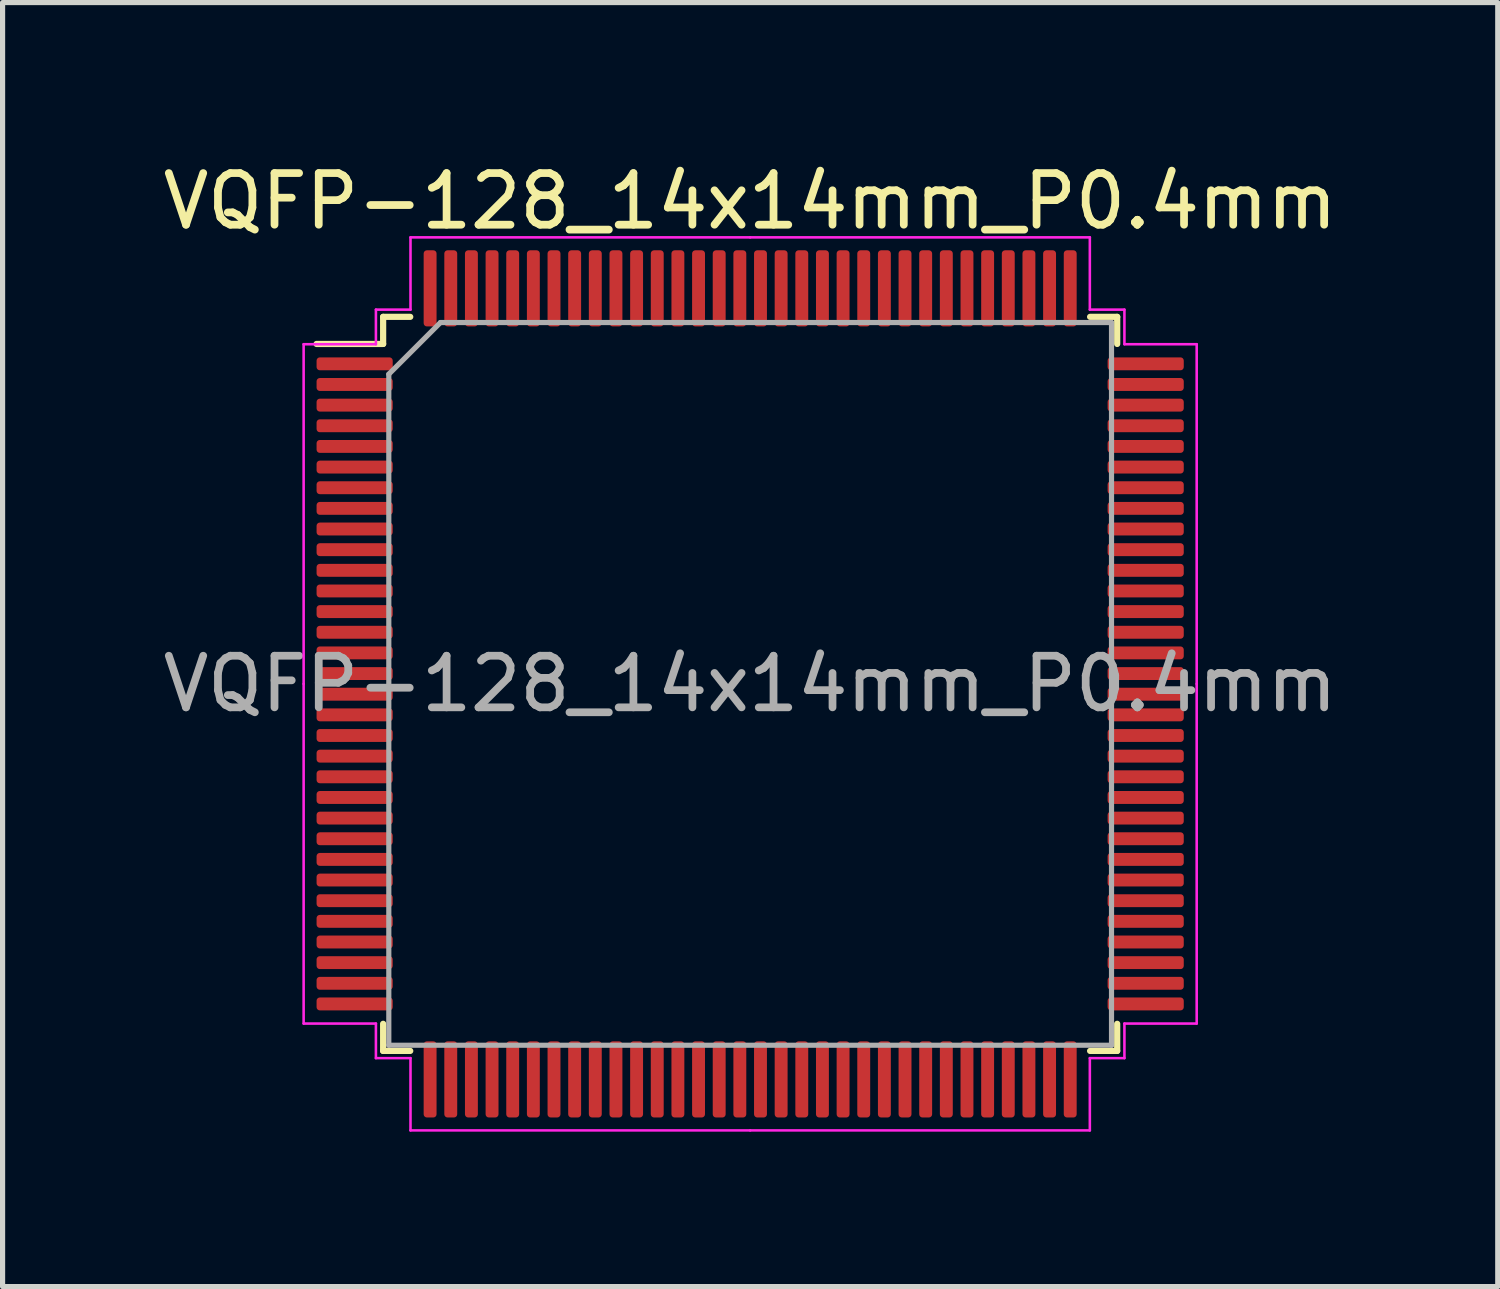
<source format=kicad_pcb>
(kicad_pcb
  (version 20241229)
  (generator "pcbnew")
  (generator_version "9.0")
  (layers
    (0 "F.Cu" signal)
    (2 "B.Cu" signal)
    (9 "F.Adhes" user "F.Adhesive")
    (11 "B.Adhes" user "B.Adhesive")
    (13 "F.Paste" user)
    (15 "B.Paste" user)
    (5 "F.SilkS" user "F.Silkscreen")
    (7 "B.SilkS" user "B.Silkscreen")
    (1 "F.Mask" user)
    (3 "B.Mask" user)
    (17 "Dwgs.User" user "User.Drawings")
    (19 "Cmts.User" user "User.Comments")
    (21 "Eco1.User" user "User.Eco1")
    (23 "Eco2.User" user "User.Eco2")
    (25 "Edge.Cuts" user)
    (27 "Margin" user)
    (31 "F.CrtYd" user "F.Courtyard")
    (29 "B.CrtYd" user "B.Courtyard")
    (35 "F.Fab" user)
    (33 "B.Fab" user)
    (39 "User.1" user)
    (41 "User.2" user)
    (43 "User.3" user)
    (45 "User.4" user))
  (footprint "VQFP-128_14x14mm_P0.4mm"
    (layer "F.Cu")
    (at 11.482 10.198)
    (property "Reference" "VQFP-128_14x14mm_P0.4mm" (at 0 -9.35 0) (layer "F.SilkS") (effects (font (size 1 1) (thickness 0.15))))
    (attr smd)
    (fp_line (start -7.11 -7.11) (end -7.11 -6.585) (stroke (width 0.12) (type solid)) (layer "F.SilkS"))
    (fp_line (start -7.11 -6.585) (end -8.4 -6.585) (stroke (width 0.12) (type solid)) (layer "F.SilkS"))
    (fp_line (start -7.11 7.11) (end -7.11 6.585) (stroke (width 0.12) (type solid)) (layer "F.SilkS"))
    (fp_line (start -6.585 -7.11) (end -7.11 -7.11) (stroke (width 0.12) (type solid)) (layer "F.SilkS"))
    (fp_line (start -6.585 7.11) (end -7.11 7.11) (stroke (width 0.12) (type solid)) (layer "F.SilkS"))
    (fp_line (start 6.585 -7.11) (end 7.11 -7.11) (stroke (width 0.12) (type solid)) (layer "F.SilkS"))
    (fp_line (start 6.585 7.11) (end 7.11 7.11) (stroke (width 0.12) (type solid)) (layer "F.SilkS"))
    (fp_line (start 7.11 -7.11) (end 7.11 -6.585) (stroke (width 0.12) (type solid)) (layer "F.SilkS"))
    (fp_line (start 7.11 7.11) (end 7.11 6.585) (stroke (width 0.12) (type solid)) (layer "F.SilkS"))
    (fp_line (start -8.65 -6.58) (end -8.65 0) (stroke (width 0.05) (type solid)) (layer "F.CrtYd"))
    (fp_line (start -8.65 6.58) (end -8.65 0) (stroke (width 0.05) (type solid)) (layer "F.CrtYd"))
    (fp_line (start -7.25 -7.25) (end -7.25 -6.58) (stroke (width 0.05) (type solid)) (layer "F.CrtYd"))
    (fp_line (start -7.25 -6.58) (end -8.65 -6.58) (stroke (width 0.05) (type solid)) (layer "F.CrtYd"))
    (fp_line (start -7.25 6.58) (end -8.65 6.58) (stroke (width 0.05) (type solid)) (layer "F.CrtYd"))
    (fp_line (start -7.25 7.25) (end -7.25 6.58) (stroke (width 0.05) (type solid)) (layer "F.CrtYd"))
    (fp_line (start -6.58 -8.65) (end -6.58 -7.25) (stroke (width 0.05) (type solid)) (layer "F.CrtYd"))
    (fp_line (start -6.58 -7.25) (end -7.25 -7.25) (stroke (width 0.05) (type solid)) (layer "F.CrtYd"))
    (fp_line (start -6.58 7.25) (end -7.25 7.25) (stroke (width 0.05) (type solid)) (layer "F.CrtYd"))
    (fp_line (start -6.58 8.65) (end -6.58 7.25) (stroke (width 0.05) (type solid)) (layer "F.CrtYd"))
    (fp_line (start 0 -8.65) (end -6.58 -8.65) (stroke (width 0.05) (type solid)) (layer "F.CrtYd"))
    (fp_line (start 0 -8.65) (end 6.58 -8.65) (stroke (width 0.05) (type solid)) (layer "F.CrtYd"))
    (fp_line (start 0 8.65) (end -6.58 8.65) (stroke (width 0.05) (type solid)) (layer "F.CrtYd"))
    (fp_line (start 0 8.65) (end 6.58 8.65) (stroke (width 0.05) (type solid)) (layer "F.CrtYd"))
    (fp_line (start 6.58 -8.65) (end 6.58 -7.25) (stroke (width 0.05) (type solid)) (layer "F.CrtYd"))
    (fp_line (start 6.58 -7.25) (end 7.25 -7.25) (stroke (width 0.05) (type solid)) (layer "F.CrtYd"))
    (fp_line (start 6.58 7.25) (end 7.25 7.25) (stroke (width 0.05) (type solid)) (layer "F.CrtYd"))
    (fp_line (start 6.58 8.65) (end 6.58 7.25) (stroke (width 0.05) (type solid)) (layer "F.CrtYd"))
    (fp_line (start 7.25 -7.25) (end 7.25 -6.58) (stroke (width 0.05) (type solid)) (layer "F.CrtYd"))
    (fp_line (start 7.25 -6.58) (end 8.65 -6.58) (stroke (width 0.05) (type solid)) (layer "F.CrtYd"))
    (fp_line (start 7.25 6.58) (end 8.65 6.58) (stroke (width 0.05) (type solid)) (layer "F.CrtYd"))
    (fp_line (start 7.25 7.25) (end 7.25 6.58) (stroke (width 0.05) (type solid)) (layer "F.CrtYd"))
    (fp_line (start 8.65 -6.58) (end 8.65 0) (stroke (width 0.05) (type solid)) (layer "F.CrtYd"))
    (fp_line (start 8.65 6.58) (end 8.65 0) (stroke (width 0.05) (type solid)) (layer "F.CrtYd"))
    (fp_line (start -7 -6) (end -6 -7) (stroke (width 0.1) (type solid)) (layer "F.Fab"))
    (fp_line (start -7 7) (end -7 -6) (stroke (width 0.1) (type solid)) (layer "F.Fab"))
    (fp_line (start -6 -7) (end 7 -7) (stroke (width 0.1) (type solid)) (layer "F.Fab"))
    (fp_line (start 7 -7) (end 7 7) (stroke (width 0.1) (type solid)) (layer "F.Fab"))
    (fp_line (start 7 7) (end -7 7) (stroke (width 0.1) (type solid)) (layer "F.Fab"))
    (fp_text user "${REFERENCE}" (at 0 0 0) (layer "F.Fab") (effects (font (size 1 1) (thickness 0.15))))
    (pad "1" smd roundrect (at -7.662 -6.2) (size 1.475 0.25) (layers "F.Cu" "F.Mask" "F.Paste") (roundrect_rratio 0.25))
    (pad "2" smd roundrect (at -7.662 -5.8) (size 1.475 0.25) (layers "F.Cu" "F.Mask" "F.Paste") (roundrect_rratio 0.25))
    (pad "3" smd roundrect (at -7.662 -5.4) (size 1.475 0.25) (layers "F.Cu" "F.Mask" "F.Paste") (roundrect_rratio 0.25))
    (pad "4" smd roundrect (at -7.662 -5) (size 1.475 0.25) (layers "F.Cu" "F.Mask" "F.Paste") (roundrect_rratio 0.25))
    (pad "5" smd roundrect (at -7.662 -4.6) (size 1.475 0.25) (layers "F.Cu" "F.Mask" "F.Paste") (roundrect_rratio 0.25))
    (pad "6" smd roundrect (at -7.662 -4.2) (size 1.475 0.25) (layers "F.Cu" "F.Mask" "F.Paste") (roundrect_rratio 0.25))
    (pad "7" smd roundrect (at -7.662 -3.8) (size 1.475 0.25) (layers "F.Cu" "F.Mask" "F.Paste") (roundrect_rratio 0.25))
    (pad "8" smd roundrect (at -7.662 -3.4) (size 1.475 0.25) (layers "F.Cu" "F.Mask" "F.Paste") (roundrect_rratio 0.25))
    (pad "9" smd roundrect (at -7.662 -3) (size 1.475 0.25) (layers "F.Cu" "F.Mask" "F.Paste") (roundrect_rratio 0.25))
    (pad "10" smd roundrect (at -7.662 -2.6) (size 1.475 0.25) (layers "F.Cu" "F.Mask" "F.Paste") (roundrect_rratio 0.25))
    (pad "11" smd roundrect (at -7.662 -2.2) (size 1.475 0.25) (layers "F.Cu" "F.Mask" "F.Paste") (roundrect_rratio 0.25))
    (pad "12" smd roundrect (at -7.662 -1.8) (size 1.475 0.25) (layers "F.Cu" "F.Mask" "F.Paste") (roundrect_rratio 0.25))
    (pad "13" smd roundrect (at -7.662 -1.4) (size 1.475 0.25) (layers "F.Cu" "F.Mask" "F.Paste") (roundrect_rratio 0.25))
    (pad "14" smd roundrect (at -7.662 -1) (size 1.475 0.25) (layers "F.Cu" "F.Mask" "F.Paste") (roundrect_rratio 0.25))
    (pad "15" smd roundrect (at -7.662 -0.6) (size 1.475 0.25) (layers "F.Cu" "F.Mask" "F.Paste") (roundrect_rratio 0.25))
    (pad "16" smd roundrect (at -7.662 -0.2) (size 1.475 0.25) (layers "F.Cu" "F.Mask" "F.Paste") (roundrect_rratio 0.25))
    (pad "17" smd roundrect (at -7.662 0.2) (size 1.475 0.25) (layers "F.Cu" "F.Mask" "F.Paste") (roundrect_rratio 0.25))
    (pad "18" smd roundrect (at -7.662 0.6) (size 1.475 0.25) (layers "F.Cu" "F.Mask" "F.Paste") (roundrect_rratio 0.25))
    (pad "19" smd roundrect (at -7.662 1) (size 1.475 0.25) (layers "F.Cu" "F.Mask" "F.Paste") (roundrect_rratio 0.25))
    (pad "20" smd roundrect (at -7.662 1.4) (size 1.475 0.25) (layers "F.Cu" "F.Mask" "F.Paste") (roundrect_rratio 0.25))
    (pad "21" smd roundrect (at -7.662 1.8) (size 1.475 0.25) (layers "F.Cu" "F.Mask" "F.Paste") (roundrect_rratio 0.25))
    (pad "22" smd roundrect (at -7.662 2.2) (size 1.475 0.25) (layers "F.Cu" "F.Mask" "F.Paste") (roundrect_rratio 0.25))
    (pad "23" smd roundrect (at -7.662 2.6) (size 1.475 0.25) (layers "F.Cu" "F.Mask" "F.Paste") (roundrect_rratio 0.25))
    (pad "24" smd roundrect (at -7.662 3) (size 1.475 0.25) (layers "F.Cu" "F.Mask" "F.Paste") (roundrect_rratio 0.25))
    (pad "25" smd roundrect (at -7.662 3.4) (size 1.475 0.25) (layers "F.Cu" "F.Mask" "F.Paste") (roundrect_rratio 0.25))
    (pad "26" smd roundrect (at -7.662 3.8) (size 1.475 0.25) (layers "F.Cu" "F.Mask" "F.Paste") (roundrect_rratio 0.25))
    (pad "27" smd roundrect (at -7.662 4.2) (size 1.475 0.25) (layers "F.Cu" "F.Mask" "F.Paste") (roundrect_rratio 0.25))
    (pad "28" smd roundrect (at -7.662 4.6) (size 1.475 0.25) (layers "F.Cu" "F.Mask" "F.Paste") (roundrect_rratio 0.25))
    (pad "29" smd roundrect (at -7.662 5) (size 1.475 0.25) (layers "F.Cu" "F.Mask" "F.Paste") (roundrect_rratio 0.25))
    (pad "30" smd roundrect (at -7.662 5.4) (size 1.475 0.25) (layers "F.Cu" "F.Mask" "F.Paste") (roundrect_rratio 0.25))
    (pad "31" smd roundrect (at -7.662 5.8) (size 1.475 0.25) (layers "F.Cu" "F.Mask" "F.Paste") (roundrect_rratio 0.25))
    (pad "32" smd roundrect (at -7.662 6.2) (size 1.475 0.25) (layers "F.Cu" "F.Mask" "F.Paste") (roundrect_rratio 0.25))
    (pad "33" smd roundrect (at -6.2 7.662) (size 0.25 1.475) (layers "F.Cu" "F.Mask" "F.Paste") (roundrect_rratio 0.25))
    (pad "34" smd roundrect (at -5.8 7.662) (size 0.25 1.475) (layers "F.Cu" "F.Mask" "F.Paste") (roundrect_rratio 0.25))
    (pad "35" smd roundrect (at -5.4 7.662) (size 0.25 1.475) (layers "F.Cu" "F.Mask" "F.Paste") (roundrect_rratio 0.25))
    (pad "36" smd roundrect (at -5 7.662) (size 0.25 1.475) (layers "F.Cu" "F.Mask" "F.Paste") (roundrect_rratio 0.25))
    (pad "37" smd roundrect (at -4.6 7.662) (size 0.25 1.475) (layers "F.Cu" "F.Mask" "F.Paste") (roundrect_rratio 0.25))
    (pad "38" smd roundrect (at -4.2 7.662) (size 0.25 1.475) (layers "F.Cu" "F.Mask" "F.Paste") (roundrect_rratio 0.25))
    (pad "39" smd roundrect (at -3.8 7.662) (size 0.25 1.475) (layers "F.Cu" "F.Mask" "F.Paste") (roundrect_rratio 0.25))
    (pad "40" smd roundrect (at -3.4 7.662) (size 0.25 1.475) (layers "F.Cu" "F.Mask" "F.Paste") (roundrect_rratio 0.25))
    (pad "41" smd roundrect (at -3 7.662) (size 0.25 1.475) (layers "F.Cu" "F.Mask" "F.Paste") (roundrect_rratio 0.25))
    (pad "42" smd roundrect (at -2.6 7.662) (size 0.25 1.475) (layers "F.Cu" "F.Mask" "F.Paste") (roundrect_rratio 0.25))
    (pad "43" smd roundrect (at -2.2 7.662) (size 0.25 1.475) (layers "F.Cu" "F.Mask" "F.Paste") (roundrect_rratio 0.25))
    (pad "44" smd roundrect (at -1.8 7.662) (size 0.25 1.475) (layers "F.Cu" "F.Mask" "F.Paste") (roundrect_rratio 0.25))
    (pad "45" smd roundrect (at -1.4 7.662) (size 0.25 1.475) (layers "F.Cu" "F.Mask" "F.Paste") (roundrect_rratio 0.25))
    (pad "46" smd roundrect (at -1 7.662) (size 0.25 1.475) (layers "F.Cu" "F.Mask" "F.Paste") (roundrect_rratio 0.25))
    (pad "47" smd roundrect (at -0.6 7.662) (size 0.25 1.475) (layers "F.Cu" "F.Mask" "F.Paste") (roundrect_rratio 0.25))
    (pad "48" smd roundrect (at -0.2 7.662) (size 0.25 1.475) (layers "F.Cu" "F.Mask" "F.Paste") (roundrect_rratio 0.25))
    (pad "49" smd roundrect (at 0.2 7.662) (size 0.25 1.475) (layers "F.Cu" "F.Mask" "F.Paste") (roundrect_rratio 0.25))
    (pad "50" smd roundrect (at 0.6 7.662) (size 0.25 1.475) (layers "F.Cu" "F.Mask" "F.Paste") (roundrect_rratio 0.25))
    (pad "51" smd roundrect (at 1 7.662) (size 0.25 1.475) (layers "F.Cu" "F.Mask" "F.Paste") (roundrect_rratio 0.25))
    (pad "52" smd roundrect (at 1.4 7.662) (size 0.25 1.475) (layers "F.Cu" "F.Mask" "F.Paste") (roundrect_rratio 0.25))
    (pad "53" smd roundrect (at 1.8 7.662) (size 0.25 1.475) (layers "F.Cu" "F.Mask" "F.Paste") (roundrect_rratio 0.25))
    (pad "54" smd roundrect (at 2.2 7.662) (size 0.25 1.475) (layers "F.Cu" "F.Mask" "F.Paste") (roundrect_rratio 0.25))
    (pad "55" smd roundrect (at 2.6 7.662) (size 0.25 1.475) (layers "F.Cu" "F.Mask" "F.Paste") (roundrect_rratio 0.25))
    (pad "56" smd roundrect (at 3 7.662) (size 0.25 1.475) (layers "F.Cu" "F.Mask" "F.Paste") (roundrect_rratio 0.25))
    (pad "57" smd roundrect (at 3.4 7.662) (size 0.25 1.475) (layers "F.Cu" "F.Mask" "F.Paste") (roundrect_rratio 0.25))
    (pad "58" smd roundrect (at 3.8 7.662) (size 0.25 1.475) (layers "F.Cu" "F.Mask" "F.Paste") (roundrect_rratio 0.25))
    (pad "59" smd roundrect (at 4.2 7.662) (size 0.25 1.475) (layers "F.Cu" "F.Mask" "F.Paste") (roundrect_rratio 0.25))
    (pad "60" smd roundrect (at 4.6 7.662) (size 0.25 1.475) (layers "F.Cu" "F.Mask" "F.Paste") (roundrect_rratio 0.25))
    (pad "61" smd roundrect (at 5 7.662) (size 0.25 1.475) (layers "F.Cu" "F.Mask" "F.Paste") (roundrect_rratio 0.25))
    (pad "62" smd roundrect (at 5.4 7.662) (size 0.25 1.475) (layers "F.Cu" "F.Mask" "F.Paste") (roundrect_rratio 0.25))
    (pad "63" smd roundrect (at 5.8 7.662) (size 0.25 1.475) (layers "F.Cu" "F.Mask" "F.Paste") (roundrect_rratio 0.25))
    (pad "64" smd roundrect (at 6.2 7.662) (size 0.25 1.475) (layers "F.Cu" "F.Mask" "F.Paste") (roundrect_rratio 0.25))
    (pad "65" smd roundrect (at 7.662 6.2) (size 1.475 0.25) (layers "F.Cu" "F.Mask" "F.Paste") (roundrect_rratio 0.25))
    (pad "66" smd roundrect (at 7.662 5.8) (size 1.475 0.25) (layers "F.Cu" "F.Mask" "F.Paste") (roundrect_rratio 0.25))
    (pad "67" smd roundrect (at 7.662 5.4) (size 1.475 0.25) (layers "F.Cu" "F.Mask" "F.Paste") (roundrect_rratio 0.25))
    (pad "68" smd roundrect (at 7.662 5) (size 1.475 0.25) (layers "F.Cu" "F.Mask" "F.Paste") (roundrect_rratio 0.25))
    (pad "69" smd roundrect (at 7.662 4.6) (size 1.475 0.25) (layers "F.Cu" "F.Mask" "F.Paste") (roundrect_rratio 0.25))
    (pad "70" smd roundrect (at 7.662 4.2) (size 1.475 0.25) (layers "F.Cu" "F.Mask" "F.Paste") (roundrect_rratio 0.25))
    (pad "71" smd roundrect (at 7.662 3.8) (size 1.475 0.25) (layers "F.Cu" "F.Mask" "F.Paste") (roundrect_rratio 0.25))
    (pad "72" smd roundrect (at 7.662 3.4) (size 1.475 0.25) (layers "F.Cu" "F.Mask" "F.Paste") (roundrect_rratio 0.25))
    (pad "73" smd roundrect (at 7.662 3) (size 1.475 0.25) (layers "F.Cu" "F.Mask" "F.Paste") (roundrect_rratio 0.25))
    (pad "74" smd roundrect (at 7.662 2.6) (size 1.475 0.25) (layers "F.Cu" "F.Mask" "F.Paste") (roundrect_rratio 0.25))
    (pad "75" smd roundrect (at 7.662 2.2) (size 1.475 0.25) (layers "F.Cu" "F.Mask" "F.Paste") (roundrect_rratio 0.25))
    (pad "76" smd roundrect (at 7.662 1.8) (size 1.475 0.25) (layers "F.Cu" "F.Mask" "F.Paste") (roundrect_rratio 0.25))
    (pad "77" smd roundrect (at 7.662 1.4) (size 1.475 0.25) (layers "F.Cu" "F.Mask" "F.Paste") (roundrect_rratio 0.25))
    (pad "78" smd roundrect (at 7.662 1) (size 1.475 0.25) (layers "F.Cu" "F.Mask" "F.Paste") (roundrect_rratio 0.25))
    (pad "79" smd roundrect (at 7.662 0.6) (size 1.475 0.25) (layers "F.Cu" "F.Mask" "F.Paste") (roundrect_rratio 0.25))
    (pad "80" smd roundrect (at 7.662 0.2) (size 1.475 0.25) (layers "F.Cu" "F.Mask" "F.Paste") (roundrect_rratio 0.25))
    (pad "81" smd roundrect (at 7.662 -0.2) (size 1.475 0.25) (layers "F.Cu" "F.Mask" "F.Paste") (roundrect_rratio 0.25))
    (pad "82" smd roundrect (at 7.662 -0.6) (size 1.475 0.25) (layers "F.Cu" "F.Mask" "F.Paste") (roundrect_rratio 0.25))
    (pad "83" smd roundrect (at 7.662 -1) (size 1.475 0.25) (layers "F.Cu" "F.Mask" "F.Paste") (roundrect_rratio 0.25))
    (pad "84" smd roundrect (at 7.662 -1.4) (size 1.475 0.25) (layers "F.Cu" "F.Mask" "F.Paste") (roundrect_rratio 0.25))
    (pad "85" smd roundrect (at 7.662 -1.8) (size 1.475 0.25) (layers "F.Cu" "F.Mask" "F.Paste") (roundrect_rratio 0.25))
    (pad "86" smd roundrect (at 7.662 -2.2) (size 1.475 0.25) (layers "F.Cu" "F.Mask" "F.Paste") (roundrect_rratio 0.25))
    (pad "87" smd roundrect (at 7.662 -2.6) (size 1.475 0.25) (layers "F.Cu" "F.Mask" "F.Paste") (roundrect_rratio 0.25))
    (pad "88" smd roundrect (at 7.662 -3) (size 1.475 0.25) (layers "F.Cu" "F.Mask" "F.Paste") (roundrect_rratio 0.25))
    (pad "89" smd roundrect (at 7.662 -3.4) (size 1.475 0.25) (layers "F.Cu" "F.Mask" "F.Paste") (roundrect_rratio 0.25))
    (pad "90" smd roundrect (at 7.662 -3.8) (size 1.475 0.25) (layers "F.Cu" "F.Mask" "F.Paste") (roundrect_rratio 0.25))
    (pad "91" smd roundrect (at 7.662 -4.2) (size 1.475 0.25) (layers "F.Cu" "F.Mask" "F.Paste") (roundrect_rratio 0.25))
    (pad "92" smd roundrect (at 7.662 -4.6) (size 1.475 0.25) (layers "F.Cu" "F.Mask" "F.Paste") (roundrect_rratio 0.25))
    (pad "93" smd roundrect (at 7.662 -5) (size 1.475 0.25) (layers "F.Cu" "F.Mask" "F.Paste") (roundrect_rratio 0.25))
    (pad "94" smd roundrect (at 7.662 -5.4) (size 1.475 0.25) (layers "F.Cu" "F.Mask" "F.Paste") (roundrect_rratio 0.25))
    (pad "95" smd roundrect (at 7.662 -5.8) (size 1.475 0.25) (layers "F.Cu" "F.Mask" "F.Paste") (roundrect_rratio 0.25))
    (pad "96" smd roundrect (at 7.662 -6.2) (size 1.475 0.25) (layers "F.Cu" "F.Mask" "F.Paste") (roundrect_rratio 0.25))
    (pad "97" smd roundrect (at 6.2 -7.662) (size 0.25 1.475) (layers "F.Cu" "F.Mask" "F.Paste") (roundrect_rratio 0.25))
    (pad "98" smd roundrect (at 5.8 -7.662) (size 0.25 1.475) (layers "F.Cu" "F.Mask" "F.Paste") (roundrect_rratio 0.25))
    (pad "99" smd roundrect (at 5.4 -7.662) (size 0.25 1.475) (layers "F.Cu" "F.Mask" "F.Paste") (roundrect_rratio 0.25))
    (pad "100" smd roundrect (at 5 -7.662) (size 0.25 1.475) (layers "F.Cu" "F.Mask" "F.Paste") (roundrect_rratio 0.25))
    (pad "101" smd roundrect (at 4.6 -7.662) (size 0.25 1.475) (layers "F.Cu" "F.Mask" "F.Paste") (roundrect_rratio 0.25))
    (pad "102" smd roundrect (at 4.2 -7.662) (size 0.25 1.475) (layers "F.Cu" "F.Mask" "F.Paste") (roundrect_rratio 0.25))
    (pad "103" smd roundrect (at 3.8 -7.662) (size 0.25 1.475) (layers "F.Cu" "F.Mask" "F.Paste") (roundrect_rratio 0.25))
    (pad "104" smd roundrect (at 3.4 -7.662) (size 0.25 1.475) (layers "F.Cu" "F.Mask" "F.Paste") (roundrect_rratio 0.25))
    (pad "105" smd roundrect (at 3 -7.662) (size 0.25 1.475) (layers "F.Cu" "F.Mask" "F.Paste") (roundrect_rratio 0.25))
    (pad "106" smd roundrect (at 2.6 -7.662) (size 0.25 1.475) (layers "F.Cu" "F.Mask" "F.Paste") (roundrect_rratio 0.25))
    (pad "107" smd roundrect (at 2.2 -7.662) (size 0.25 1.475) (layers "F.Cu" "F.Mask" "F.Paste") (roundrect_rratio 0.25))
    (pad "108" smd roundrect (at 1.8 -7.662) (size 0.25 1.475) (layers "F.Cu" "F.Mask" "F.Paste") (roundrect_rratio 0.25))
    (pad "109" smd roundrect (at 1.4 -7.662) (size 0.25 1.475) (layers "F.Cu" "F.Mask" "F.Paste") (roundrect_rratio 0.25))
    (pad "110" smd roundrect (at 1 -7.662) (size 0.25 1.475) (layers "F.Cu" "F.Mask" "F.Paste") (roundrect_rratio 0.25))
    (pad "111" smd roundrect (at 0.6 -7.662) (size 0.25 1.475) (layers "F.Cu" "F.Mask" "F.Paste") (roundrect_rratio 0.25))
    (pad "112" smd roundrect (at 0.2 -7.662) (size 0.25 1.475) (layers "F.Cu" "F.Mask" "F.Paste") (roundrect_rratio 0.25))
    (pad "113" smd roundrect (at -0.2 -7.662) (size 0.25 1.475) (layers "F.Cu" "F.Mask" "F.Paste") (roundrect_rratio 0.25))
    (pad "114" smd roundrect (at -0.6 -7.662) (size 0.25 1.475) (layers "F.Cu" "F.Mask" "F.Paste") (roundrect_rratio 0.25))
    (pad "115" smd roundrect (at -1 -7.662) (size 0.25 1.475) (layers "F.Cu" "F.Mask" "F.Paste") (roundrect_rratio 0.25))
    (pad "116" smd roundrect (at -1.4 -7.662) (size 0.25 1.475) (layers "F.Cu" "F.Mask" "F.Paste") (roundrect_rratio 0.25))
    (pad "117" smd roundrect (at -1.8 -7.662) (size 0.25 1.475) (layers "F.Cu" "F.Mask" "F.Paste") (roundrect_rratio 0.25))
    (pad "118" smd roundrect (at -2.2 -7.662) (size 0.25 1.475) (layers "F.Cu" "F.Mask" "F.Paste") (roundrect_rratio 0.25))
    (pad "119" smd roundrect (at -2.6 -7.662) (size 0.25 1.475) (layers "F.Cu" "F.Mask" "F.Paste") (roundrect_rratio 0.25))
    (pad "120" smd roundrect (at -3 -7.662) (size 0.25 1.475) (layers "F.Cu" "F.Mask" "F.Paste") (roundrect_rratio 0.25))
    (pad "121" smd roundrect (at -3.4 -7.662) (size 0.25 1.475) (layers "F.Cu" "F.Mask" "F.Paste") (roundrect_rratio 0.25))
    (pad "122" smd roundrect (at -3.8 -7.662) (size 0.25 1.475) (layers "F.Cu" "F.Mask" "F.Paste") (roundrect_rratio 0.25))
    (pad "123" smd roundrect (at -4.2 -7.662) (size 0.25 1.475) (layers "F.Cu" "F.Mask" "F.Paste") (roundrect_rratio 0.25))
    (pad "124" smd roundrect (at -4.6 -7.662) (size 0.25 1.475) (layers "F.Cu" "F.Mask" "F.Paste") (roundrect_rratio 0.25))
    (pad "125" smd roundrect (at -5 -7.662) (size 0.25 1.475) (layers "F.Cu" "F.Mask" "F.Paste") (roundrect_rratio 0.25))
    (pad "126" smd roundrect (at -5.4 -7.662) (size 0.25 1.475) (layers "F.Cu" "F.Mask" "F.Paste") (roundrect_rratio 0.25))
    (pad "127" smd roundrect (at -5.8 -7.662) (size 0.25 1.475) (layers "F.Cu" "F.Mask" "F.Paste") (roundrect_rratio 0.25))
    (pad "128" smd roundrect (at -6.2 -7.662) (size 0.25 1.475) (layers "F.Cu" "F.Mask" "F.Paste") (roundrect_rratio 0.25)))
  (gr_rect
    (start -3 -3)
    (end 25.964 21.873)
    (stroke (width 0.1) (type default))
    (fill no)
    (layer "Edge.Cuts")))
</source>
